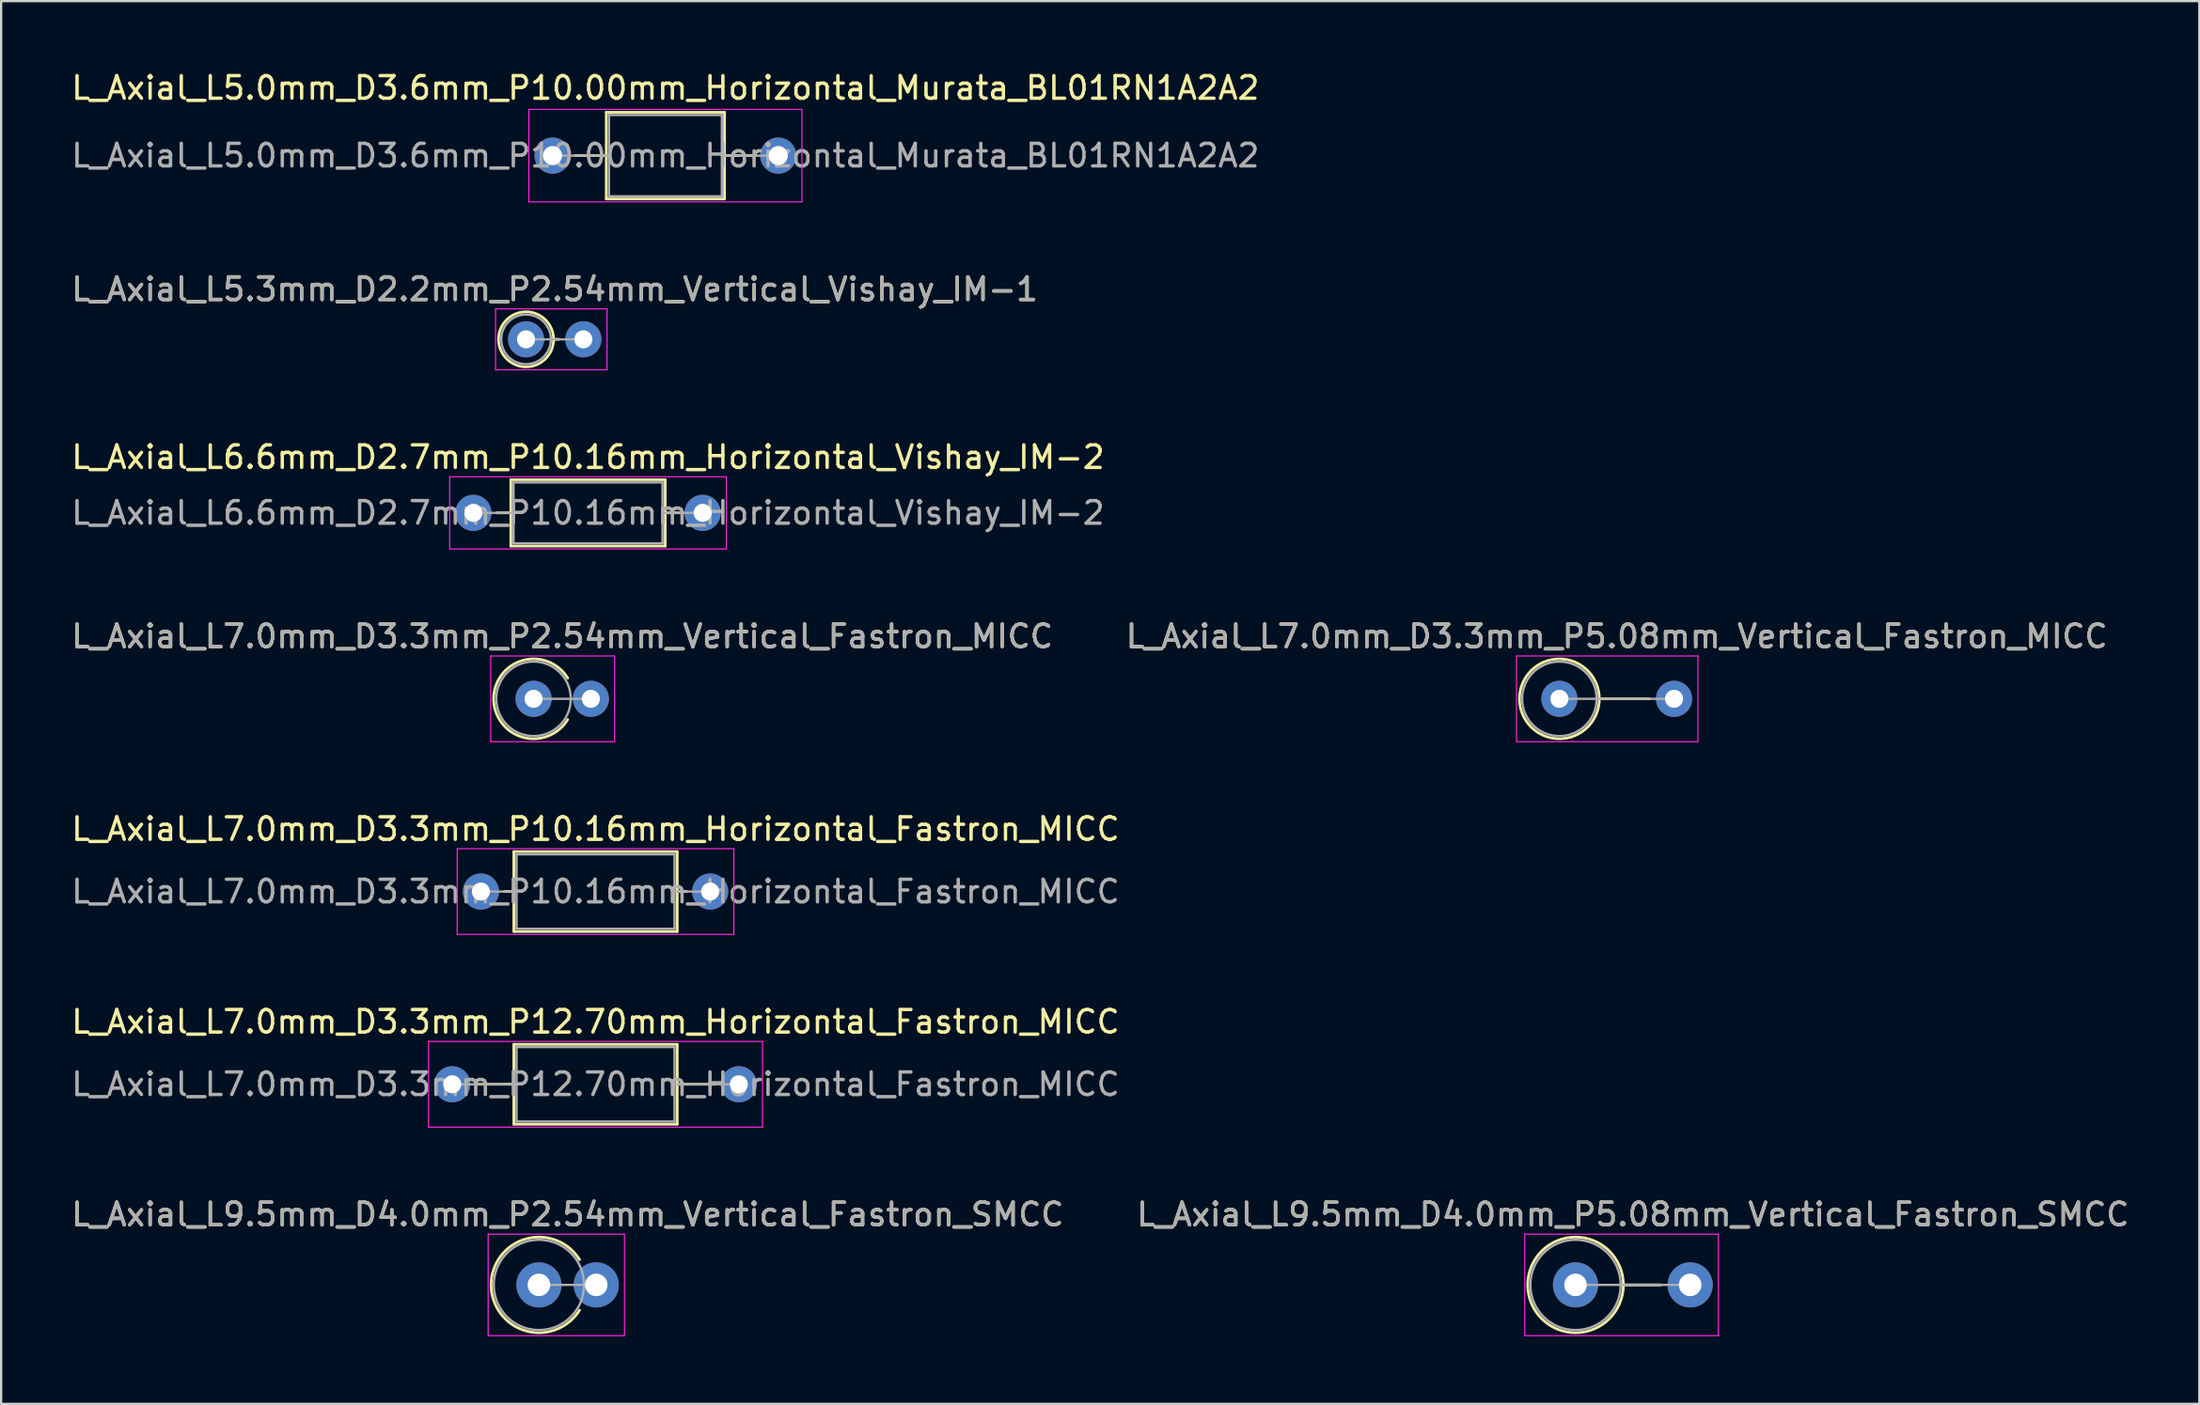
<source format=kicad_pcb>
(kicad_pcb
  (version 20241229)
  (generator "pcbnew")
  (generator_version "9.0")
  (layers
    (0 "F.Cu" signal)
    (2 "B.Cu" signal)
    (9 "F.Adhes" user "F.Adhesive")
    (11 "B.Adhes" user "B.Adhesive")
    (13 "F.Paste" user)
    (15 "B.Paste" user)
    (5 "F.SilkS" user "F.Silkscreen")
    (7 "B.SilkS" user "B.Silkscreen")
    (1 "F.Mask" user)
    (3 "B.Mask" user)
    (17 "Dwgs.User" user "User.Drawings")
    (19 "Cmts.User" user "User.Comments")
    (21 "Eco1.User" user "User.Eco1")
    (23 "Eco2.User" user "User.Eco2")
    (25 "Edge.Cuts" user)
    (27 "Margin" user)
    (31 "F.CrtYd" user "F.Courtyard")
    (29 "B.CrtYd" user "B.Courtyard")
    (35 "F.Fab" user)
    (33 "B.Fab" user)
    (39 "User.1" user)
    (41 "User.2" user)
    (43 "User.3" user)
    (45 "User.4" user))
  (footprint "L_Axial_L7.0mm_D3.3mm_P5.08mm_Vertical_Fastron_MICC"
    (layer "F.Cu")
    (at 66.049 27.928)
    (property "Reference" "L_Axial_L7.0mm_D3.3mm_P5.08mm_Vertical_Fastron_MICC" (at 2.54 -2.77 0) (layer "F.SilkS") (effects (font (size 1 1) (thickness 0.15))))
    (attr through_hole)
    (fp_line (start 1.77 0) (end 3.98 0) (stroke (width 0.12) (type solid)) (layer "F.SilkS"))
    (fp_circle (center 0 0) (end 1.77 0) (stroke (width 0.12) (type solid)) (fill no) (layer "F.SilkS"))
    (fp_line (start -1.9 -1.9) (end -1.9 1.9) (stroke (width 0.05) (type solid)) (layer "F.CrtYd"))
    (fp_line (start -1.9 1.9) (end 6.14 1.9) (stroke (width 0.05) (type solid)) (layer "F.CrtYd"))
    (fp_line (start 6.14 -1.9) (end -1.9 -1.9) (stroke (width 0.05) (type solid)) (layer "F.CrtYd"))
    (fp_line (start 6.14 1.9) (end 6.14 -1.9) (stroke (width 0.05) (type solid)) (layer "F.CrtYd"))
    (fp_line (start 0 0) (end 5.08 0) (stroke (width 0.1) (type solid)) (layer "F.Fab"))
    (fp_circle (center 0 0) (end 1.65 0) (stroke (width 0.1) (type solid)) (fill no) (layer "F.Fab"))
    (fp_text user "${REFERENCE}" (at 2.54 -2.77 0) (layer "F.Fab") (effects (font (size 1 1) (thickness 0.15))))
    (pad "1" thru_hole circle (at 0 0) (size 1.6 1.6) (drill 0.8) (layers "*.Cu" "*.Mask"))
    (pad "2" thru_hole oval (at 5.08 0) (size 1.6 1.6) (drill 0.8) (layers "*.Cu" "*.Mask")))
  (footprint "L_Axial_L5.0mm_D3.6mm_P10.00mm_Horizontal_Murata_BL01RN1A2A2"
    (layer "F.Cu")
    (at 21.435 3.848)
    (property "Reference" "L_Axial_L5.0mm_D3.6mm_P10.00mm_Horizontal_Murata_BL01RN1A2A2" (at 5 -3 0) (layer "F.SilkS") (effects (font (size 1 1) (thickness 0.15))))
    (attr through_hole)
    (fp_line (start 1 0) (end 2.38 0) (stroke (width 0.12) (type solid)) (layer "F.SilkS"))
    (fp_line (start 2.38 -1.92) (end 2.38 1.92) (stroke (width 0.12) (type solid)) (layer "F.SilkS"))
    (fp_line (start 2.38 1.92) (end 7.62 1.92) (stroke (width 0.12) (type solid)) (layer "F.SilkS"))
    (fp_line (start 7.62 -1.92) (end 2.38 -1.92) (stroke (width 0.12) (type solid)) (layer "F.SilkS"))
    (fp_line (start 7.62 1.92) (end 7.62 -1.92) (stroke (width 0.12) (type solid)) (layer "F.SilkS"))
    (fp_line (start 9 0) (end 7.62 0) (stroke (width 0.12) (type solid)) (layer "F.SilkS"))
    (fp_line (start -1.05 -2.05) (end -1.05 2.05) (stroke (width 0.05) (type solid)) (layer "F.CrtYd"))
    (fp_line (start -1.05 2.05) (end 11.05 2.05) (stroke (width 0.05) (type solid)) (layer "F.CrtYd"))
    (fp_line (start 11.05 -2.05) (end -1.05 -2.05) (stroke (width 0.05) (type solid)) (layer "F.CrtYd"))
    (fp_line (start 11.05 2.05) (end 11.05 -2.05) (stroke (width 0.05) (type solid)) (layer "F.CrtYd"))
    (fp_line (start 0 0) (end 2.5 0) (stroke (width 0.1) (type solid)) (layer "F.Fab"))
    (fp_line (start 2.5 -1.8) (end 2.5 1.8) (stroke (width 0.1) (type solid)) (layer "F.Fab"))
    (fp_line (start 2.5 1.8) (end 7.5 1.8) (stroke (width 0.1) (type solid)) (layer "F.Fab"))
    (fp_line (start 7.5 -1.8) (end 2.5 -1.8) (stroke (width 0.1) (type solid)) (layer "F.Fab"))
    (fp_line (start 7.5 1.8) (end 7.5 -1.8) (stroke (width 0.1) (type solid)) (layer "F.Fab"))
    (fp_line (start 10 0) (end 7.5 0) (stroke (width 0.1) (type solid)) (layer "F.Fab"))
    (fp_text user "${REFERENCE}" (at 5 0 0) (layer "F.Fab") (effects (font (size 1 1) (thickness 0.15))))
    (pad "1" thru_hole circle (at 0 0) (size 1.6 1.6) (drill 0.85) (layers "*.Cu" "*.Mask"))
    (pad "2" thru_hole oval (at 10 0) (size 1.6 1.6) (drill 0.85) (layers "*.Cu" "*.Mask")))
  (footprint "L_Axial_L9.5mm_D4.0mm_P2.54mm_Vertical_Fastron_SMCC"
    (layer "F.Cu")
    (at 20.831 53.908)
    (property "Reference" "L_Axial_L9.5mm_D4.0mm_P2.54mm_Vertical_Fastron_SMCC" (at 1.27 -3.12 0) (layer "F.SilkS") (effects (font (size 1 1) (thickness 0.15))))
    (attr through_hole)
    (fp_arc (start 1.8 1.12) (mid -2.12 0) (end 1.8 -1.12) (stroke (width 0.12) (type solid)) (layer "F.SilkS"))
    (fp_line (start -2.25 -2.25) (end -2.25 2.25) (stroke (width 0.05) (type solid)) (layer "F.CrtYd"))
    (fp_line (start -2.25 2.25) (end 3.79 2.25) (stroke (width 0.05) (type solid)) (layer "F.CrtYd"))
    (fp_line (start 3.79 -2.25) (end -2.25 -2.25) (stroke (width 0.05) (type solid)) (layer "F.CrtYd"))
    (fp_line (start 3.79 2.25) (end 3.79 -2.25) (stroke (width 0.05) (type solid)) (layer "F.CrtYd"))
    (fp_line (start 0 0) (end 2.54 0) (stroke (width 0.1) (type solid)) (layer "F.Fab"))
    (fp_circle (center 0 0) (end 2 0) (stroke (width 0.1) (type solid)) (fill no) (layer "F.Fab"))
    (fp_text user "${REFERENCE}" (at 1.27 -3.12 0) (layer "F.Fab") (effects (font (size 1 1) (thickness 0.15))))
    (pad "1" thru_hole circle (at 0 0) (size 2 2) (drill 1) (layers "*.Cu" "*.Mask"))
    (pad "2" thru_hole oval (at 2.54 0) (size 2 2) (drill 1) (layers "*.Cu" "*.Mask")))
  (footprint "L_Axial_L7.0mm_D3.3mm_P10.16mm_Horizontal_Fastron_MICC"
    (layer "F.Cu")
    (at 18.259 36.471)
    (property "Reference" "L_Axial_L7.0mm_D3.3mm_P10.16mm_Horizontal_Fastron_MICC" (at 5.08 -2.77 0) (layer "F.SilkS") (effects (font (size 1 1) (thickness 0.15))))
    (attr through_hole)
    (fp_line (start 1.04 0) (end 1.46 0) (stroke (width 0.12) (type solid)) (layer "F.SilkS"))
    (fp_line (start 1.46 -1.77) (end 1.46 1.77) (stroke (width 0.12) (type solid)) (layer "F.SilkS"))
    (fp_line (start 1.46 1.77) (end 8.7 1.77) (stroke (width 0.12) (type solid)) (layer "F.SilkS"))
    (fp_line (start 8.7 -1.77) (end 1.46 -1.77) (stroke (width 0.12) (type solid)) (layer "F.SilkS"))
    (fp_line (start 8.7 1.77) (end 8.7 -1.77) (stroke (width 0.12) (type solid)) (layer "F.SilkS"))
    (fp_line (start 9.12 0) (end 8.7 0) (stroke (width 0.12) (type solid)) (layer "F.SilkS"))
    (fp_line (start -1.05 -1.9) (end -1.05 1.9) (stroke (width 0.05) (type solid)) (layer "F.CrtYd"))
    (fp_line (start -1.05 1.9) (end 11.21 1.9) (stroke (width 0.05) (type solid)) (layer "F.CrtYd"))
    (fp_line (start 11.21 -1.9) (end -1.05 -1.9) (stroke (width 0.05) (type solid)) (layer "F.CrtYd"))
    (fp_line (start 11.21 1.9) (end 11.21 -1.9) (stroke (width 0.05) (type solid)) (layer "F.CrtYd"))
    (fp_line (start 0 0) (end 1.58 0) (stroke (width 0.1) (type solid)) (layer "F.Fab"))
    (fp_line (start 1.58 -1.65) (end 1.58 1.65) (stroke (width 0.1) (type solid)) (layer "F.Fab"))
    (fp_line (start 1.58 1.65) (end 8.58 1.65) (stroke (width 0.1) (type solid)) (layer "F.Fab"))
    (fp_line (start 8.58 -1.65) (end 1.58 -1.65) (stroke (width 0.1) (type solid)) (layer "F.Fab"))
    (fp_line (start 8.58 1.65) (end 8.58 -1.65) (stroke (width 0.1) (type solid)) (layer "F.Fab"))
    (fp_line (start 10.16 0) (end 8.58 0) (stroke (width 0.1) (type solid)) (layer "F.Fab"))
    (fp_text user "${REFERENCE}" (at 5.08 0 0) (layer "F.Fab") (effects (font (size 1 1) (thickness 0.15))))
    (pad "1" thru_hole circle (at 0 0) (size 1.6 1.6) (drill 0.8) (layers "*.Cu" "*.Mask"))
    (pad "2" thru_hole oval (at 10.16 0) (size 1.6 1.6) (drill 0.8) (layers "*.Cu" "*.Mask")))
  (footprint "L_Axial_L7.0mm_D3.3mm_P2.54mm_Vertical_Fastron_MICC"
    (layer "F.Cu")
    (at 20.593 27.928)
    (property "Reference" "L_Axial_L7.0mm_D3.3mm_P2.54mm_Vertical_Fastron_MICC" (at 1.27 -2.77 0) (layer "F.SilkS") (effects (font (size 1 1) (thickness 0.15))))
    (attr through_hole)
    (fp_arc (start 1.512118 0.92) (mid -1.77 0) (end 1.512118 -0.92) (stroke (width 0.12) (type solid)) (layer "F.SilkS"))
    (fp_line (start -1.9 -1.9) (end -1.9 1.9) (stroke (width 0.05) (type solid)) (layer "F.CrtYd"))
    (fp_line (start -1.9 1.9) (end 3.59 1.9) (stroke (width 0.05) (type solid)) (layer "F.CrtYd"))
    (fp_line (start 3.59 -1.9) (end -1.9 -1.9) (stroke (width 0.05) (type solid)) (layer "F.CrtYd"))
    (fp_line (start 3.59 1.9) (end 3.59 -1.9) (stroke (width 0.05) (type solid)) (layer "F.CrtYd"))
    (fp_line (start 0 0) (end 2.54 0) (stroke (width 0.1) (type solid)) (layer "F.Fab"))
    (fp_circle (center 0 0) (end 1.65 0) (stroke (width 0.1) (type solid)) (fill no) (layer "F.Fab"))
    (fp_text user "${REFERENCE}" (at 1.27 -2.77 0) (layer "F.Fab") (effects (font (size 1 1) (thickness 0.15))))
    (pad "1" thru_hole circle (at 0 0) (size 1.6 1.6) (drill 0.8) (layers "*.Cu" "*.Mask"))
    (pad "2" thru_hole oval (at 2.54 0) (size 1.6 1.6) (drill 0.8) (layers "*.Cu" "*.Mask")))
  (footprint "L_Axial_L7.0mm_D3.3mm_P12.70mm_Horizontal_Fastron_MICC"
    (layer "F.Cu")
    (at 16.989 45.014)
    (property "Reference" "L_Axial_L7.0mm_D3.3mm_P12.70mm_Horizontal_Fastron_MICC" (at 6.35 -2.77 0) (layer "F.SilkS") (effects (font (size 1 1) (thickness 0.15))))
    (attr through_hole)
    (fp_line (start 1.04 0) (end 2.73 0) (stroke (width 0.12) (type solid)) (layer "F.SilkS"))
    (fp_line (start 2.73 -1.77) (end 2.73 1.77) (stroke (width 0.12) (type solid)) (layer "F.SilkS"))
    (fp_line (start 2.73 1.77) (end 9.97 1.77) (stroke (width 0.12) (type solid)) (layer "F.SilkS"))
    (fp_line (start 9.97 -1.77) (end 2.73 -1.77) (stroke (width 0.12) (type solid)) (layer "F.SilkS"))
    (fp_line (start 9.97 1.77) (end 9.97 -1.77) (stroke (width 0.12) (type solid)) (layer "F.SilkS"))
    (fp_line (start 11.66 0) (end 9.97 0) (stroke (width 0.12) (type solid)) (layer "F.SilkS"))
    (fp_line (start -1.05 -1.9) (end -1.05 1.9) (stroke (width 0.05) (type solid)) (layer "F.CrtYd"))
    (fp_line (start -1.05 1.9) (end 13.75 1.9) (stroke (width 0.05) (type solid)) (layer "F.CrtYd"))
    (fp_line (start 13.75 -1.9) (end -1.05 -1.9) (stroke (width 0.05) (type solid)) (layer "F.CrtYd"))
    (fp_line (start 13.75 1.9) (end 13.75 -1.9) (stroke (width 0.05) (type solid)) (layer "F.CrtYd"))
    (fp_line (start 0 0) (end 2.85 0) (stroke (width 0.1) (type solid)) (layer "F.Fab"))
    (fp_line (start 2.85 -1.65) (end 2.85 1.65) (stroke (width 0.1) (type solid)) (layer "F.Fab"))
    (fp_line (start 2.85 1.65) (end 9.85 1.65) (stroke (width 0.1) (type solid)) (layer "F.Fab"))
    (fp_line (start 9.85 -1.65) (end 2.85 -1.65) (stroke (width 0.1) (type solid)) (layer "F.Fab"))
    (fp_line (start 9.85 1.65) (end 9.85 -1.65) (stroke (width 0.1) (type solid)) (layer "F.Fab"))
    (fp_line (start 12.7 0) (end 9.85 0) (stroke (width 0.1) (type solid)) (layer "F.Fab"))
    (fp_text user "${REFERENCE}" (at 6.35 0 0) (layer "F.Fab") (effects (font (size 1 1) (thickness 0.15))))
    (pad "1" thru_hole circle (at 0 0) (size 1.6 1.6) (drill 0.8) (layers "*.Cu" "*.Mask"))
    (pad "2" thru_hole oval (at 12.7 0) (size 1.6 1.6) (drill 0.8) (layers "*.Cu" "*.Mask")))
  (footprint "L_Axial_L5.3mm_D2.2mm_P2.54mm_Vertical_Vishay_IM-1"
    (layer "F.Cu")
    (at 20.26 11.992)
    (property "Reference" "L_Axial_L5.3mm_D2.2mm_P2.54mm_Vertical_Vishay_IM-1" (at 1.27 -2.22 0) (layer "F.SilkS") (effects (font (size 1 1) (thickness 0.15))))
    (attr through_hole)
    (fp_line (start 1.22 0) (end 1.44 0) (stroke (width 0.12) (type solid)) (layer "F.SilkS"))
    (fp_circle (center 0 0) (end 1.22 0) (stroke (width 0.12) (type solid)) (fill no) (layer "F.SilkS"))
    (fp_line (start -1.35 -1.35) (end -1.35 1.35) (stroke (width 0.05) (type solid)) (layer "F.CrtYd"))
    (fp_line (start -1.35 1.35) (end 3.59 1.35) (stroke (width 0.05) (type solid)) (layer "F.CrtYd"))
    (fp_line (start 3.59 -1.35) (end -1.35 -1.35) (stroke (width 0.05) (type solid)) (layer "F.CrtYd"))
    (fp_line (start 3.59 1.35) (end 3.59 -1.35) (stroke (width 0.05) (type solid)) (layer "F.CrtYd"))
    (fp_line (start 0 0) (end 2.54 0) (stroke (width 0.1) (type solid)) (layer "F.Fab"))
    (fp_circle (center 0 0) (end 1.1 0) (stroke (width 0.1) (type solid)) (fill no) (layer "F.Fab"))
    (fp_text user "${REFERENCE}" (at 1.27 -2.22 0) (layer "F.Fab") (effects (font (size 1 1) (thickness 0.15))))
    (pad "1" thru_hole circle (at 0 0) (size 1.6 1.6) (drill 0.8) (layers "*.Cu" "*.Mask"))
    (pad "2" thru_hole oval (at 2.54 0) (size 1.6 1.6) (drill 0.8) (layers "*.Cu" "*.Mask")))
  (footprint "L_Axial_L6.6mm_D2.7mm_P10.16mm_Horizontal_Vishay_IM-2"
    (layer "F.Cu")
    (at 17.926 19.685)
    (property "Reference" "L_Axial_L6.6mm_D2.7mm_P10.16mm_Horizontal_Vishay_IM-2" (at 5.08 -2.47 0) (layer "F.SilkS") (effects (font (size 1 1) (thickness 0.15))))
    (attr through_hole)
    (fp_line (start 1.04 0) (end 1.66 0) (stroke (width 0.12) (type solid)) (layer "F.SilkS"))
    (fp_line (start 1.66 -1.47) (end 1.66 1.47) (stroke (width 0.12) (type solid)) (layer "F.SilkS"))
    (fp_line (start 1.66 1.47) (end 8.5 1.47) (stroke (width 0.12) (type solid)) (layer "F.SilkS"))
    (fp_line (start 8.5 -1.47) (end 1.66 -1.47) (stroke (width 0.12) (type solid)) (layer "F.SilkS"))
    (fp_line (start 8.5 1.47) (end 8.5 -1.47) (stroke (width 0.12) (type solid)) (layer "F.SilkS"))
    (fp_line (start 9.12 0) (end 8.5 0) (stroke (width 0.12) (type solid)) (layer "F.SilkS"))
    (fp_line (start -1.05 -1.6) (end -1.05 1.6) (stroke (width 0.05) (type solid)) (layer "F.CrtYd"))
    (fp_line (start -1.05 1.6) (end 11.21 1.6) (stroke (width 0.05) (type solid)) (layer "F.CrtYd"))
    (fp_line (start 11.21 -1.6) (end -1.05 -1.6) (stroke (width 0.05) (type solid)) (layer "F.CrtYd"))
    (fp_line (start 11.21 1.6) (end 11.21 -1.6) (stroke (width 0.05) (type solid)) (layer "F.CrtYd"))
    (fp_line (start 0 0) (end 1.78 0) (stroke (width 0.1) (type solid)) (layer "F.Fab"))
    (fp_line (start 1.78 -1.35) (end 1.78 1.35) (stroke (width 0.1) (type solid)) (layer "F.Fab"))
    (fp_line (start 1.78 1.35) (end 8.38 1.35) (stroke (width 0.1) (type solid)) (layer "F.Fab"))
    (fp_line (start 8.38 -1.35) (end 1.78 -1.35) (stroke (width 0.1) (type solid)) (layer "F.Fab"))
    (fp_line (start 8.38 1.35) (end 8.38 -1.35) (stroke (width 0.1) (type solid)) (layer "F.Fab"))
    (fp_line (start 10.16 0) (end 8.38 0) (stroke (width 0.1) (type solid)) (layer "F.Fab"))
    (fp_text user "${REFERENCE}" (at 5.08 0 0) (layer "F.Fab") (effects (font (size 1 1) (thickness 0.15))))
    (pad "1" thru_hole circle (at 0 0) (size 1.6 1.6) (drill 0.8) (layers "*.Cu" "*.Mask"))
    (pad "2" thru_hole oval (at 10.16 0) (size 1.6 1.6) (drill 0.8) (layers "*.Cu" "*.Mask")))
  (footprint "L_Axial_L9.5mm_D4.0mm_P5.08mm_Vertical_Fastron_SMCC"
    (layer "F.Cu")
    (at 66.764 53.908)
    (property "Reference" "L_Axial_L9.5mm_D4.0mm_P5.08mm_Vertical_Fastron_SMCC" (at 2.54 -3.12 0) (layer "F.SilkS") (effects (font (size 1 1) (thickness 0.15))))
    (attr through_hole)
    (fp_line (start 2.12 0) (end 3.78 0) (stroke (width 0.12) (type solid)) (layer "F.SilkS"))
    (fp_circle (center 0 0) (end 2.12 0) (stroke (width 0.12) (type solid)) (fill no) (layer "F.SilkS"))
    (fp_line (start -2.25 -2.25) (end -2.25 2.25) (stroke (width 0.05) (type solid)) (layer "F.CrtYd"))
    (fp_line (start -2.25 2.25) (end 6.33 2.25) (stroke (width 0.05) (type solid)) (layer "F.CrtYd"))
    (fp_line (start 6.33 -2.25) (end -2.25 -2.25) (stroke (width 0.05) (type solid)) (layer "F.CrtYd"))
    (fp_line (start 6.33 2.25) (end 6.33 -2.25) (stroke (width 0.05) (type solid)) (layer "F.CrtYd"))
    (fp_line (start 0 0) (end 5.08 0) (stroke (width 0.1) (type solid)) (layer "F.Fab"))
    (fp_circle (center 0 0) (end 2 0) (stroke (width 0.1) (type solid)) (fill no) (layer "F.Fab"))
    (fp_text user "${REFERENCE}" (at 2.54 -3.12 0) (layer "F.Fab") (effects (font (size 1 1) (thickness 0.15))))
    (pad "1" thru_hole circle (at 0 0) (size 2 2) (drill 1) (layers "*.Cu" "*.Mask"))
    (pad "2" thru_hole oval (at 5.08 0) (size 2 2) (drill 1) (layers "*.Cu" "*.Mask")))
  (gr_rect
    (start -3 -3)
    (end 94.405 59.183)
    (stroke (width 0.1) (type default))
    (fill no)
    (layer "Edge.Cuts")))
</source>
